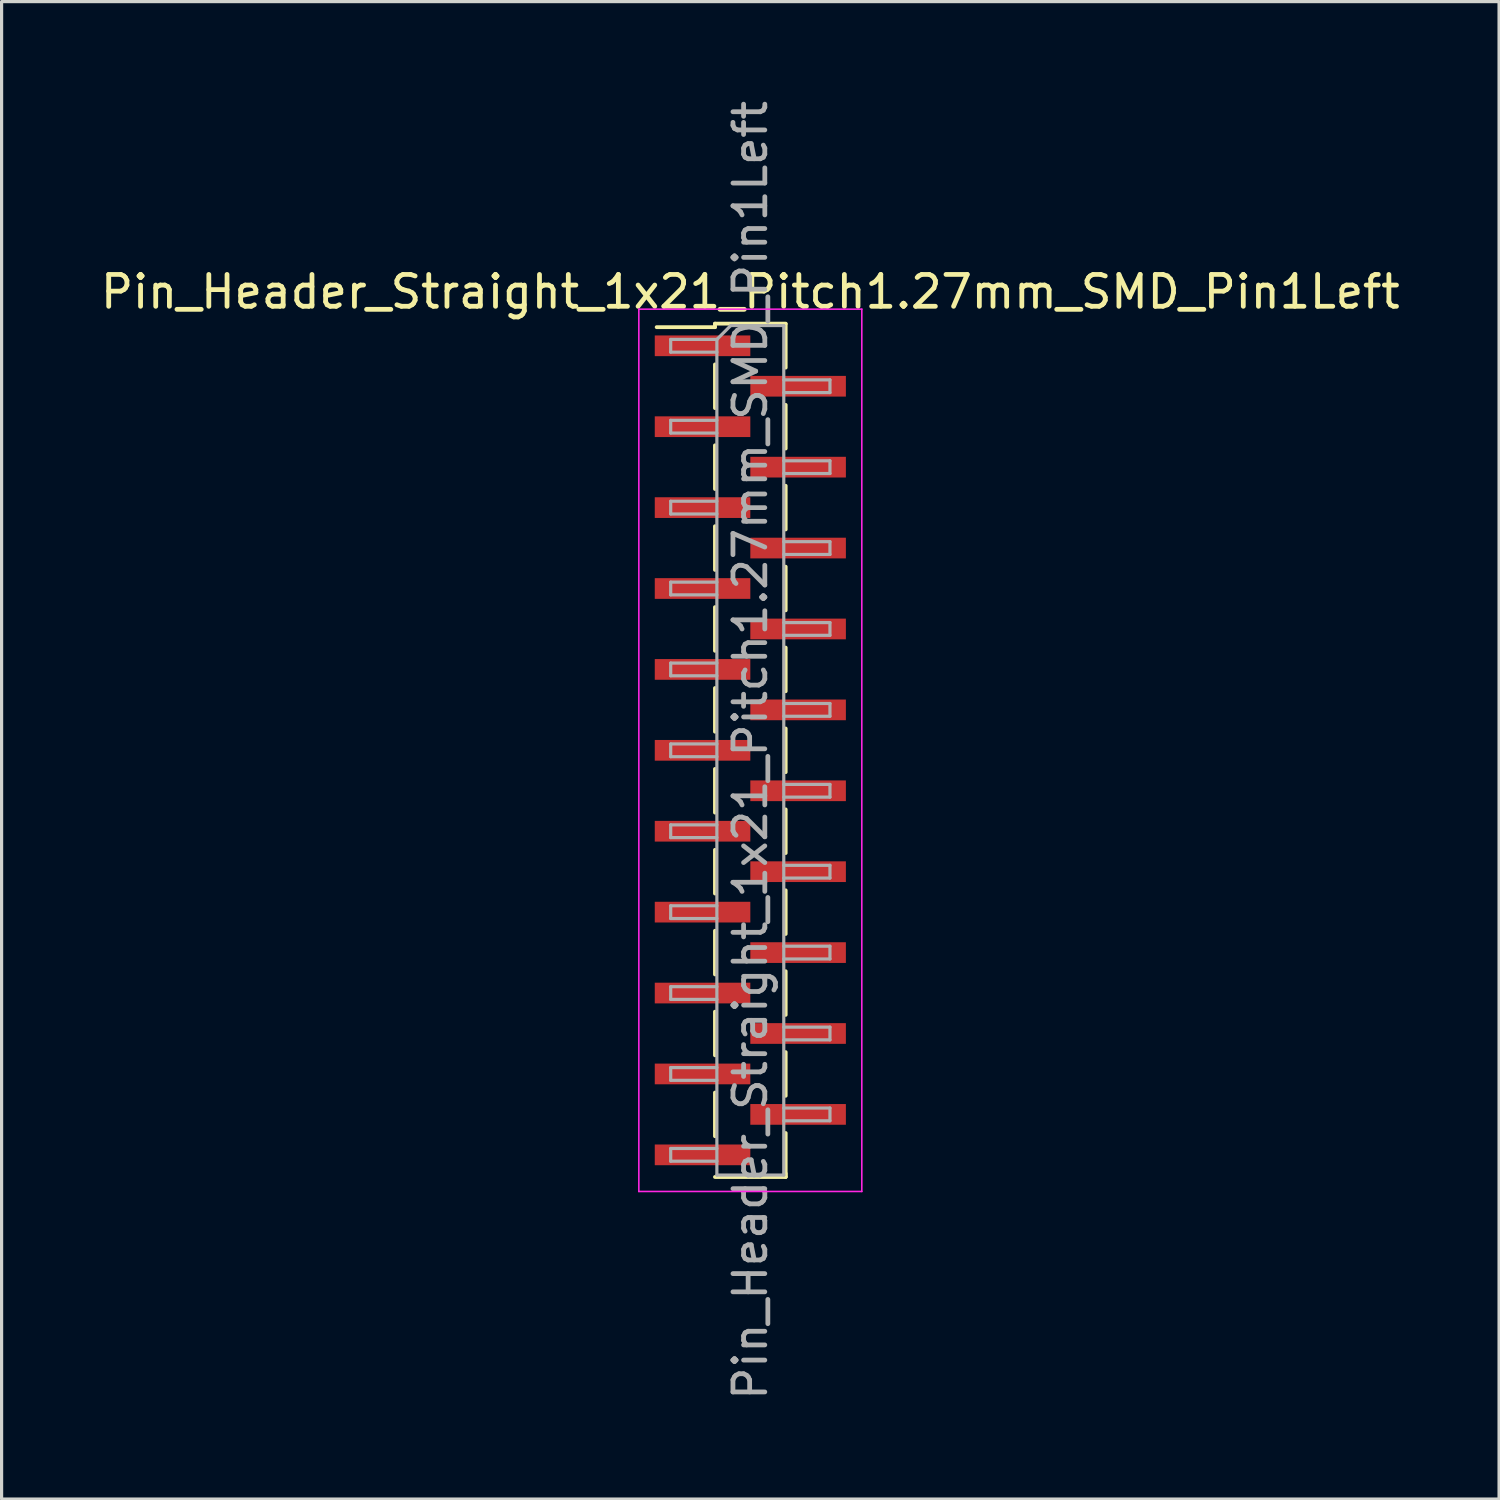
<source format=kicad_pcb>
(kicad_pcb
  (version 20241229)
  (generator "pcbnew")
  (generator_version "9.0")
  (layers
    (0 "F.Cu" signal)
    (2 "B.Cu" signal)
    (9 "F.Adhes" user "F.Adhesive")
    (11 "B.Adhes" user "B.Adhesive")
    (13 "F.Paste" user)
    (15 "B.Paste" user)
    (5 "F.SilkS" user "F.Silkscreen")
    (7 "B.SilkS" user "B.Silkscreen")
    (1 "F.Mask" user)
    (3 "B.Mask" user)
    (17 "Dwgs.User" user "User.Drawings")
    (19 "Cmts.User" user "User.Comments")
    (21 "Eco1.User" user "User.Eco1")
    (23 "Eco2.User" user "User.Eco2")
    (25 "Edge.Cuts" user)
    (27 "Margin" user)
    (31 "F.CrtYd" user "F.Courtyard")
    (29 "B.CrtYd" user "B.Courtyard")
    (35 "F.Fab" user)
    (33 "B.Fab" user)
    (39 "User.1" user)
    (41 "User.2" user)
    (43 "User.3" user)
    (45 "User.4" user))
  (footprint "Pin_Header_Straight_1x21_Pitch1.27mm_SMD_Pin1Left"
    (layer "F.Cu")
    (at 20.506 20.506)
    (property "Reference" "Pin_Header_Straight_1x21_Pitch1.27mm_SMD_Pin1Left" (at 0 -14.395 0) (layer "F.SilkS") (effects (font (size 1 1) (thickness 0.15))))
    (attr smd)
    (fp_line (start -1.11 -13.395) (end -1.11 -13.285) (stroke (width 0.12) (type solid)) (layer "F.SilkS"))
    (fp_line (start -1.11 -13.395) (end 1.11 -13.395) (stroke (width 0.12) (type solid)) (layer "F.SilkS"))
    (fp_line (start -1.11 -13.285) (end -2.94 -13.285) (stroke (width 0.12) (type solid)) (layer "F.SilkS"))
    (fp_line (start -1.11 -12.115) (end -1.11 -10.745) (stroke (width 0.12) (type solid)) (layer "F.SilkS"))
    (fp_line (start -1.11 -9.575) (end -1.11 -8.205) (stroke (width 0.12) (type solid)) (layer "F.SilkS"))
    (fp_line (start -1.11 -7.035) (end -1.11 -5.665) (stroke (width 0.12) (type solid)) (layer "F.SilkS"))
    (fp_line (start -1.11 -4.495) (end -1.11 -3.125) (stroke (width 0.12) (type solid)) (layer "F.SilkS"))
    (fp_line (start -1.11 -1.955) (end -1.11 -0.585) (stroke (width 0.12) (type solid)) (layer "F.SilkS"))
    (fp_line (start -1.11 0.585) (end -1.11 1.955) (stroke (width 0.12) (type solid)) (layer "F.SilkS"))
    (fp_line (start -1.11 3.125) (end -1.11 4.495) (stroke (width 0.12) (type solid)) (layer "F.SilkS"))
    (fp_line (start -1.11 5.665) (end -1.11 7.035) (stroke (width 0.12) (type solid)) (layer "F.SilkS"))
    (fp_line (start -1.11 8.205) (end -1.11 9.575) (stroke (width 0.12) (type solid)) (layer "F.SilkS"))
    (fp_line (start -1.11 10.745) (end -1.11 12.115) (stroke (width 0.12) (type solid)) (layer "F.SilkS"))
    (fp_line (start -1.11 13.395) (end 1.11 13.395) (stroke (width 0.12) (type solid)) (layer "F.SilkS"))
    (fp_line (start 1.11 -13.385) (end 1.11 -12.015) (stroke (width 0.12) (type solid)) (layer "F.SilkS"))
    (fp_line (start 1.11 -10.845) (end 1.11 -9.475) (stroke (width 0.12) (type solid)) (layer "F.SilkS"))
    (fp_line (start 1.11 -8.305) (end 1.11 -6.935) (stroke (width 0.12) (type solid)) (layer "F.SilkS"))
    (fp_line (start 1.11 -5.765) (end 1.11 -4.395) (stroke (width 0.12) (type solid)) (layer "F.SilkS"))
    (fp_line (start 1.11 -3.225) (end 1.11 -1.855) (stroke (width 0.12) (type solid)) (layer "F.SilkS"))
    (fp_line (start 1.11 -0.685) (end 1.11 0.685) (stroke (width 0.12) (type solid)) (layer "F.SilkS"))
    (fp_line (start 1.11 1.855) (end 1.11 3.225) (stroke (width 0.12) (type solid)) (layer "F.SilkS"))
    (fp_line (start 1.11 4.395) (end 1.11 5.765) (stroke (width 0.12) (type solid)) (layer "F.SilkS"))
    (fp_line (start 1.11 6.935) (end 1.11 8.305) (stroke (width 0.12) (type solid)) (layer "F.SilkS"))
    (fp_line (start 1.11 9.475) (end 1.11 10.845) (stroke (width 0.12) (type solid)) (layer "F.SilkS"))
    (fp_line (start 1.11 12.015) (end 1.11 13.385) (stroke (width 0.12) (type solid)) (layer "F.SilkS"))
    (fp_line (start 1.11 13.285) (end 1.11 13.395) (stroke (width 0.12) (type solid)) (layer "F.SilkS"))
    (fp_line (start -3.5 -13.85) (end -3.5 13.85) (stroke (width 0.05) (type solid)) (layer "F.CrtYd"))
    (fp_line (start -3.5 13.85) (end 3.5 13.85) (stroke (width 0.05) (type solid)) (layer "F.CrtYd"))
    (fp_line (start 3.5 -13.85) (end -3.5 -13.85) (stroke (width 0.05) (type solid)) (layer "F.CrtYd"))
    (fp_line (start 3.5 13.85) (end 3.5 -13.85) (stroke (width 0.05) (type solid)) (layer "F.CrtYd"))
    (fp_line (start -2.5 -12.9) (end -2.5 -12.5) (stroke (width 0.1) (type solid)) (layer "F.Fab"))
    (fp_line (start -2.5 -12.5) (end -1.05 -12.5) (stroke (width 0.1) (type solid)) (layer "F.Fab"))
    (fp_line (start -2.5 -10.36) (end -2.5 -9.96) (stroke (width 0.1) (type solid)) (layer "F.Fab"))
    (fp_line (start -2.5 -9.96) (end -1.05 -9.96) (stroke (width 0.1) (type solid)) (layer "F.Fab"))
    (fp_line (start -2.5 -7.82) (end -2.5 -7.42) (stroke (width 0.1) (type solid)) (layer "F.Fab"))
    (fp_line (start -2.5 -7.42) (end -1.05 -7.42) (stroke (width 0.1) (type solid)) (layer "F.Fab"))
    (fp_line (start -2.5 -5.28) (end -2.5 -4.88) (stroke (width 0.1) (type solid)) (layer "F.Fab"))
    (fp_line (start -2.5 -4.88) (end -1.05 -4.88) (stroke (width 0.1) (type solid)) (layer "F.Fab"))
    (fp_line (start -2.5 -2.74) (end -2.5 -2.34) (stroke (width 0.1) (type solid)) (layer "F.Fab"))
    (fp_line (start -2.5 -2.34) (end -1.05 -2.34) (stroke (width 0.1) (type solid)) (layer "F.Fab"))
    (fp_line (start -2.5 -0.2) (end -2.5 0.2) (stroke (width 0.1) (type solid)) (layer "F.Fab"))
    (fp_line (start -2.5 0.2) (end -1.05 0.2) (stroke (width 0.1) (type solid)) (layer "F.Fab"))
    (fp_line (start -2.5 2.34) (end -2.5 2.74) (stroke (width 0.1) (type solid)) (layer "F.Fab"))
    (fp_line (start -2.5 2.74) (end -1.05 2.74) (stroke (width 0.1) (type solid)) (layer "F.Fab"))
    (fp_line (start -2.5 4.88) (end -2.5 5.28) (stroke (width 0.1) (type solid)) (layer "F.Fab"))
    (fp_line (start -2.5 5.28) (end -1.05 5.28) (stroke (width 0.1) (type solid)) (layer "F.Fab"))
    (fp_line (start -2.5 7.42) (end -2.5 7.82) (stroke (width 0.1) (type solid)) (layer "F.Fab"))
    (fp_line (start -2.5 7.82) (end -1.05 7.82) (stroke (width 0.1) (type solid)) (layer "F.Fab"))
    (fp_line (start -2.5 9.96) (end -2.5 10.36) (stroke (width 0.1) (type solid)) (layer "F.Fab"))
    (fp_line (start -2.5 10.36) (end -1.05 10.36) (stroke (width 0.1) (type solid)) (layer "F.Fab"))
    (fp_line (start -2.5 12.5) (end -2.5 12.9) (stroke (width 0.1) (type solid)) (layer "F.Fab"))
    (fp_line (start -2.5 12.9) (end -1.05 12.9) (stroke (width 0.1) (type solid)) (layer "F.Fab"))
    (fp_line (start -1.05 -12.9) (end -2.5 -12.9) (stroke (width 0.1) (type solid)) (layer "F.Fab"))
    (fp_line (start -1.05 -12.9) (end -0.615 -13.335) (stroke (width 0.1) (type solid)) (layer "F.Fab"))
    (fp_line (start -1.05 -10.36) (end -2.5 -10.36) (stroke (width 0.1) (type solid)) (layer "F.Fab"))
    (fp_line (start -1.05 -7.82) (end -2.5 -7.82) (stroke (width 0.1) (type solid)) (layer "F.Fab"))
    (fp_line (start -1.05 -5.28) (end -2.5 -5.28) (stroke (width 0.1) (type solid)) (layer "F.Fab"))
    (fp_line (start -1.05 -2.74) (end -2.5 -2.74) (stroke (width 0.1) (type solid)) (layer "F.Fab"))
    (fp_line (start -1.05 -0.2) (end -2.5 -0.2) (stroke (width 0.1) (type solid)) (layer "F.Fab"))
    (fp_line (start -1.05 2.34) (end -2.5 2.34) (stroke (width 0.1) (type solid)) (layer "F.Fab"))
    (fp_line (start -1.05 4.88) (end -2.5 4.88) (stroke (width 0.1) (type solid)) (layer "F.Fab"))
    (fp_line (start -1.05 7.42) (end -2.5 7.42) (stroke (width 0.1) (type solid)) (layer "F.Fab"))
    (fp_line (start -1.05 9.96) (end -2.5 9.96) (stroke (width 0.1) (type solid)) (layer "F.Fab"))
    (fp_line (start -1.05 12.5) (end -2.5 12.5) (stroke (width 0.1) (type solid)) (layer "F.Fab"))
    (fp_line (start -1.05 13.335) (end -1.05 -12.9) (stroke (width 0.1) (type solid)) (layer "F.Fab"))
    (fp_line (start -0.615 -13.335) (end 1.05 -13.335) (stroke (width 0.1) (type solid)) (layer "F.Fab"))
    (fp_line (start 1.05 -13.335) (end 1.05 13.335) (stroke (width 0.1) (type solid)) (layer "F.Fab"))
    (fp_line (start 1.05 -11.63) (end 2.5 -11.63) (stroke (width 0.1) (type solid)) (layer "F.Fab"))
    (fp_line (start 1.05 -9.09) (end 2.5 -9.09) (stroke (width 0.1) (type solid)) (layer "F.Fab"))
    (fp_line (start 1.05 -6.55) (end 2.5 -6.55) (stroke (width 0.1) (type solid)) (layer "F.Fab"))
    (fp_line (start 1.05 -4.01) (end 2.5 -4.01) (stroke (width 0.1) (type solid)) (layer "F.Fab"))
    (fp_line (start 1.05 -1.47) (end 2.5 -1.47) (stroke (width 0.1) (type solid)) (layer "F.Fab"))
    (fp_line (start 1.05 1.07) (end 2.5 1.07) (stroke (width 0.1) (type solid)) (layer "F.Fab"))
    (fp_line (start 1.05 3.61) (end 2.5 3.61) (stroke (width 0.1) (type solid)) (layer "F.Fab"))
    (fp_line (start 1.05 6.15) (end 2.5 6.15) (stroke (width 0.1) (type solid)) (layer "F.Fab"))
    (fp_line (start 1.05 8.69) (end 2.5 8.69) (stroke (width 0.1) (type solid)) (layer "F.Fab"))
    (fp_line (start 1.05 11.23) (end 2.5 11.23) (stroke (width 0.1) (type solid)) (layer "F.Fab"))
    (fp_line (start 1.05 13.335) (end -1.05 13.335) (stroke (width 0.1) (type solid)) (layer "F.Fab"))
    (fp_line (start 2.5 -11.63) (end 2.5 -11.23) (stroke (width 0.1) (type solid)) (layer "F.Fab"))
    (fp_line (start 2.5 -11.23) (end 1.05 -11.23) (stroke (width 0.1) (type solid)) (layer "F.Fab"))
    (fp_line (start 2.5 -9.09) (end 2.5 -8.69) (stroke (width 0.1) (type solid)) (layer "F.Fab"))
    (fp_line (start 2.5 -8.69) (end 1.05 -8.69) (stroke (width 0.1) (type solid)) (layer "F.Fab"))
    (fp_line (start 2.5 -6.55) (end 2.5 -6.15) (stroke (width 0.1) (type solid)) (layer "F.Fab"))
    (fp_line (start 2.5 -6.15) (end 1.05 -6.15) (stroke (width 0.1) (type solid)) (layer "F.Fab"))
    (fp_line (start 2.5 -4.01) (end 2.5 -3.61) (stroke (width 0.1) (type solid)) (layer "F.Fab"))
    (fp_line (start 2.5 -3.61) (end 1.05 -3.61) (stroke (width 0.1) (type solid)) (layer "F.Fab"))
    (fp_line (start 2.5 -1.47) (end 2.5 -1.07) (stroke (width 0.1) (type solid)) (layer "F.Fab"))
    (fp_line (start 2.5 -1.07) (end 1.05 -1.07) (stroke (width 0.1) (type solid)) (layer "F.Fab"))
    (fp_line (start 2.5 1.07) (end 2.5 1.47) (stroke (width 0.1) (type solid)) (layer "F.Fab"))
    (fp_line (start 2.5 1.47) (end 1.05 1.47) (stroke (width 0.1) (type solid)) (layer "F.Fab"))
    (fp_line (start 2.5 3.61) (end 2.5 4.01) (stroke (width 0.1) (type solid)) (layer "F.Fab"))
    (fp_line (start 2.5 4.01) (end 1.05 4.01) (stroke (width 0.1) (type solid)) (layer "F.Fab"))
    (fp_line (start 2.5 6.15) (end 2.5 6.55) (stroke (width 0.1) (type solid)) (layer "F.Fab"))
    (fp_line (start 2.5 6.55) (end 1.05 6.55) (stroke (width 0.1) (type solid)) (layer "F.Fab"))
    (fp_line (start 2.5 8.69) (end 2.5 9.09) (stroke (width 0.1) (type solid)) (layer "F.Fab"))
    (fp_line (start 2.5 9.09) (end 1.05 9.09) (stroke (width 0.1) (type solid)) (layer "F.Fab"))
    (fp_line (start 2.5 11.23) (end 2.5 11.63) (stroke (width 0.1) (type solid)) (layer "F.Fab"))
    (fp_line (start 2.5 11.63) (end 1.05 11.63) (stroke (width 0.1) (type solid)) (layer "F.Fab"))
    (fp_text user "${REFERENCE}" (at 0 0 90) (layer "F.Fab") (effects (font (size 1 1) (thickness 0.15))))
    (pad "1" smd rect (at -1.5 -12.7) (size 3 0.65) (layers "F.Cu" "F.Mask" "F.Paste"))
    (pad "2" smd rect (at 1.5 -11.43) (size 3 0.65) (layers "F.Cu" "F.Mask" "F.Paste"))
    (pad "3" smd rect (at -1.5 -10.16) (size 3 0.65) (layers "F.Cu" "F.Mask" "F.Paste"))
    (pad "4" smd rect (at 1.5 -8.89) (size 3 0.65) (layers "F.Cu" "F.Mask" "F.Paste"))
    (pad "5" smd rect (at -1.5 -7.62) (size 3 0.65) (layers "F.Cu" "F.Mask" "F.Paste"))
    (pad "6" smd rect (at 1.5 -6.35) (size 3 0.65) (layers "F.Cu" "F.Mask" "F.Paste"))
    (pad "7" smd rect (at -1.5 -5.08) (size 3 0.65) (layers "F.Cu" "F.Mask" "F.Paste"))
    (pad "8" smd rect (at 1.5 -3.81) (size 3 0.65) (layers "F.Cu" "F.Mask" "F.Paste"))
    (pad "9" smd rect (at -1.5 -2.54) (size 3 0.65) (layers "F.Cu" "F.Mask" "F.Paste"))
    (pad "10" smd rect (at 1.5 -1.27) (size 3 0.65) (layers "F.Cu" "F.Mask" "F.Paste"))
    (pad "11" smd rect (at -1.5 0) (size 3 0.65) (layers "F.Cu" "F.Mask" "F.Paste"))
    (pad "12" smd rect (at 1.5 1.27) (size 3 0.65) (layers "F.Cu" "F.Mask" "F.Paste"))
    (pad "13" smd rect (at -1.5 2.54) (size 3 0.65) (layers "F.Cu" "F.Mask" "F.Paste"))
    (pad "14" smd rect (at 1.5 3.81) (size 3 0.65) (layers "F.Cu" "F.Mask" "F.Paste"))
    (pad "15" smd rect (at -1.5 5.08) (size 3 0.65) (layers "F.Cu" "F.Mask" "F.Paste"))
    (pad "16" smd rect (at 1.5 6.35) (size 3 0.65) (layers "F.Cu" "F.Mask" "F.Paste"))
    (pad "17" smd rect (at -1.5 7.62) (size 3 0.65) (layers "F.Cu" "F.Mask" "F.Paste"))
    (pad "18" smd rect (at 1.5 8.89) (size 3 0.65) (layers "F.Cu" "F.Mask" "F.Paste"))
    (pad "19" smd rect (at -1.5 10.16) (size 3 0.65) (layers "F.Cu" "F.Mask" "F.Paste"))
    (pad "20" smd rect (at 1.5 11.43) (size 3 0.65) (layers "F.Cu" "F.Mask" "F.Paste"))
    (pad "21" smd rect (at -1.5 12.7) (size 3 0.65) (layers "F.Cu" "F.Mask" "F.Paste")))
  (gr_rect
    (start -3 -3)
    (end 44.012 44.012)
    (stroke (width 0.1) (type default))
    (fill no)
    (layer "Edge.Cuts")))
</source>
